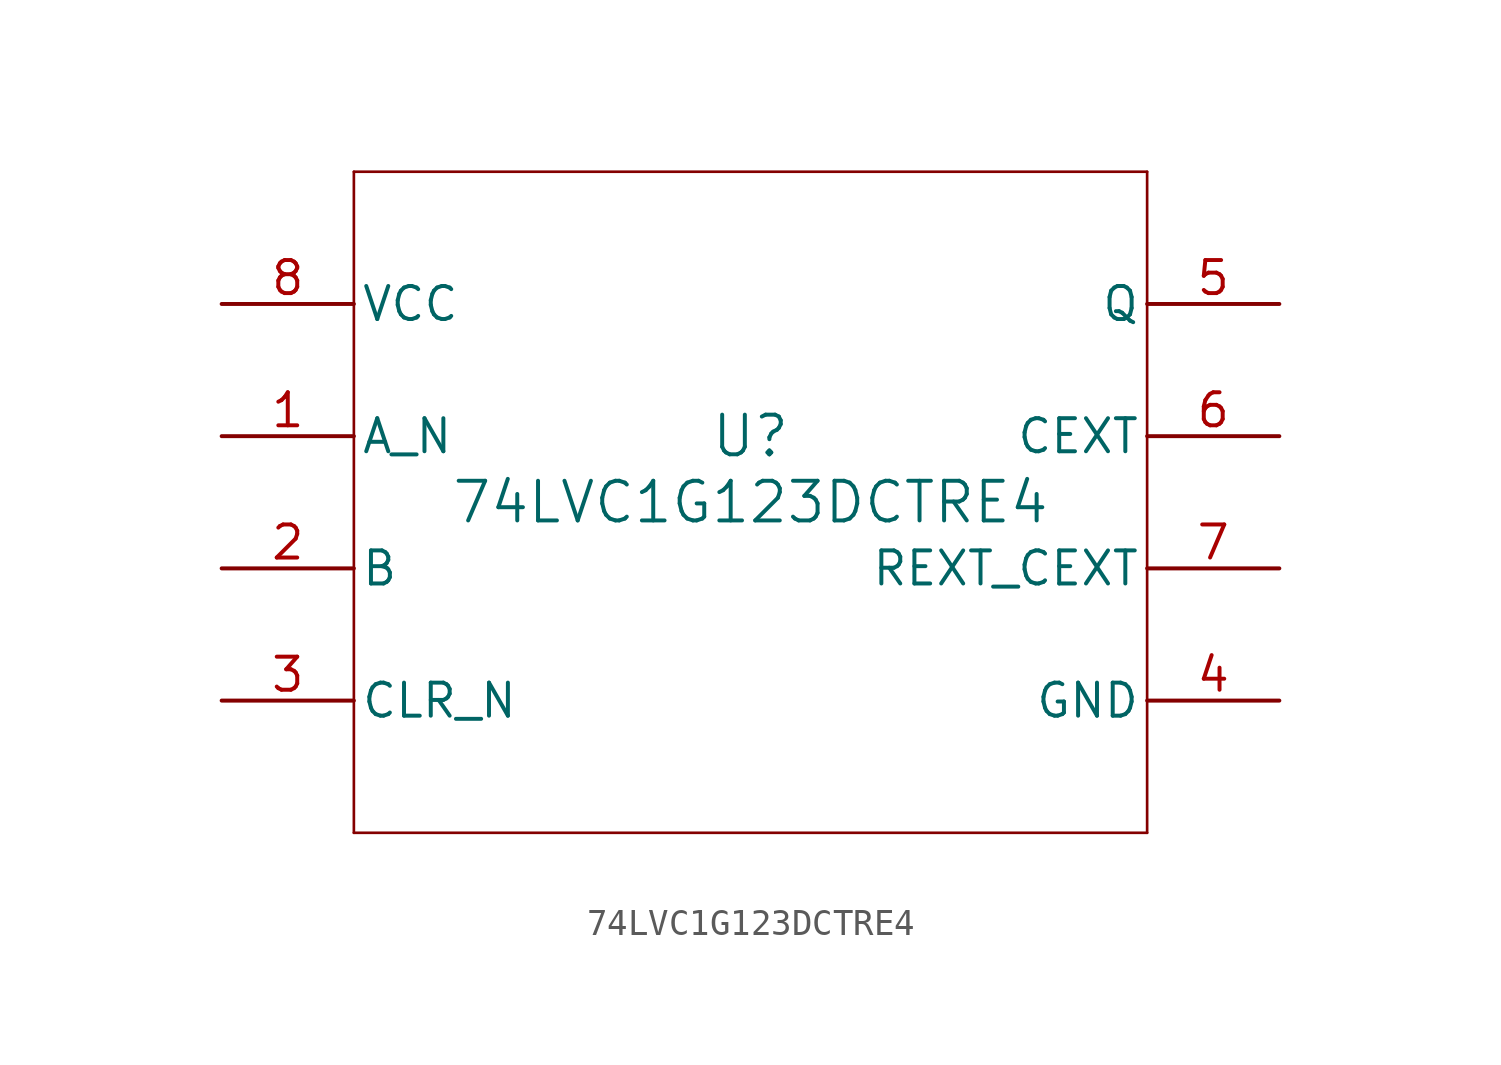
<source format=kicad_sym>
(kicad_symbol_lib
  (version 20211014)
  (generator kicad_symbol_editor)
  (symbol "74LVC1G123DCTRE4"
    (pin_names
      (offset 0.254))
    (property "Reference" "U"
      (at 0 2.54 0)
      (effects (font (size 1.524 1.524))))
    (property "Value" "74LVC1G123DCTRE4"
      (at 0 0 0)
      (effects (font (size 1.524 1.524))))
    (symbol "74LVC1G123DCTRE4_0_1"
      (polyline (pts (xy -15.24 -12.7) (xy 15.24 -12.7)) (stroke (width 0.102) (type default) (color 0 0 0 0)) (fill (type none)))
      (polyline (pts (xy 15.24 -12.7) (xy 15.24 12.7)) (stroke (width 0.102) (type default) (color 0 0 0 0)) (fill (type none)))
      (polyline (pts (xy 15.24 12.7) (xy -15.24 12.7)) (stroke (width 0.102) (type default) (color 0 0 0 0)) (fill (type none)))
      (polyline (pts (xy -15.24 12.7) (xy -15.24 -12.7)) (stroke (width 0.102) (type default) (color 0 0 0 0)) (fill (type none)))
      (pin input line (at -20.32 2.54 0) (length 5.08) (name "A_N" (effects (font (size 1.27 1.27)))) (number "1" (effects (font (size 1.27 1.27)))))
      (pin input line (at -20.32 -2.54 0) (length 5.08) (name "B" (effects (font (size 1.27 1.27)))) (number "2" (effects (font (size 1.27 1.27)))))
      (pin input line (at -20.32 -7.62 0) (length 5.08) (name "CLR_N" (effects (font (size 1.27 1.27)))) (number "3" (effects (font (size 1.27 1.27)))))
      (pin power_in line (at 20.32 -7.62 180) (length 5.08) (name "GND" (effects (font (size 1.27 1.27)))) (number "4" (effects (font (size 1.27 1.27)))))
      (pin output line (at 20.32 7.62 180) (length 5.08) (name "Q" (effects (font (size 1.27 1.27)))) (number "5" (effects (font (size 1.27 1.27)))))
      (pin unspecified line (at 20.32 2.54 180) (length 5.08) (name "CEXT" (effects (font (size 1.27 1.27)))) (number "6" (effects (font (size 1.27 1.27)))))
      (pin unspecified line (at 20.32 -2.54 180) (length 5.08) (name "REXT_CEXT" (effects (font (size 1.27 1.27)))) (number "7" (effects (font (size 1.27 1.27)))))
      (pin power_in line (at -20.32 7.62 0) (length 5.08) (name "VCC" (effects (font (size 1.27 1.27)))) (number "8" (effects (font (size 1.27 1.27))))))))
</source>
